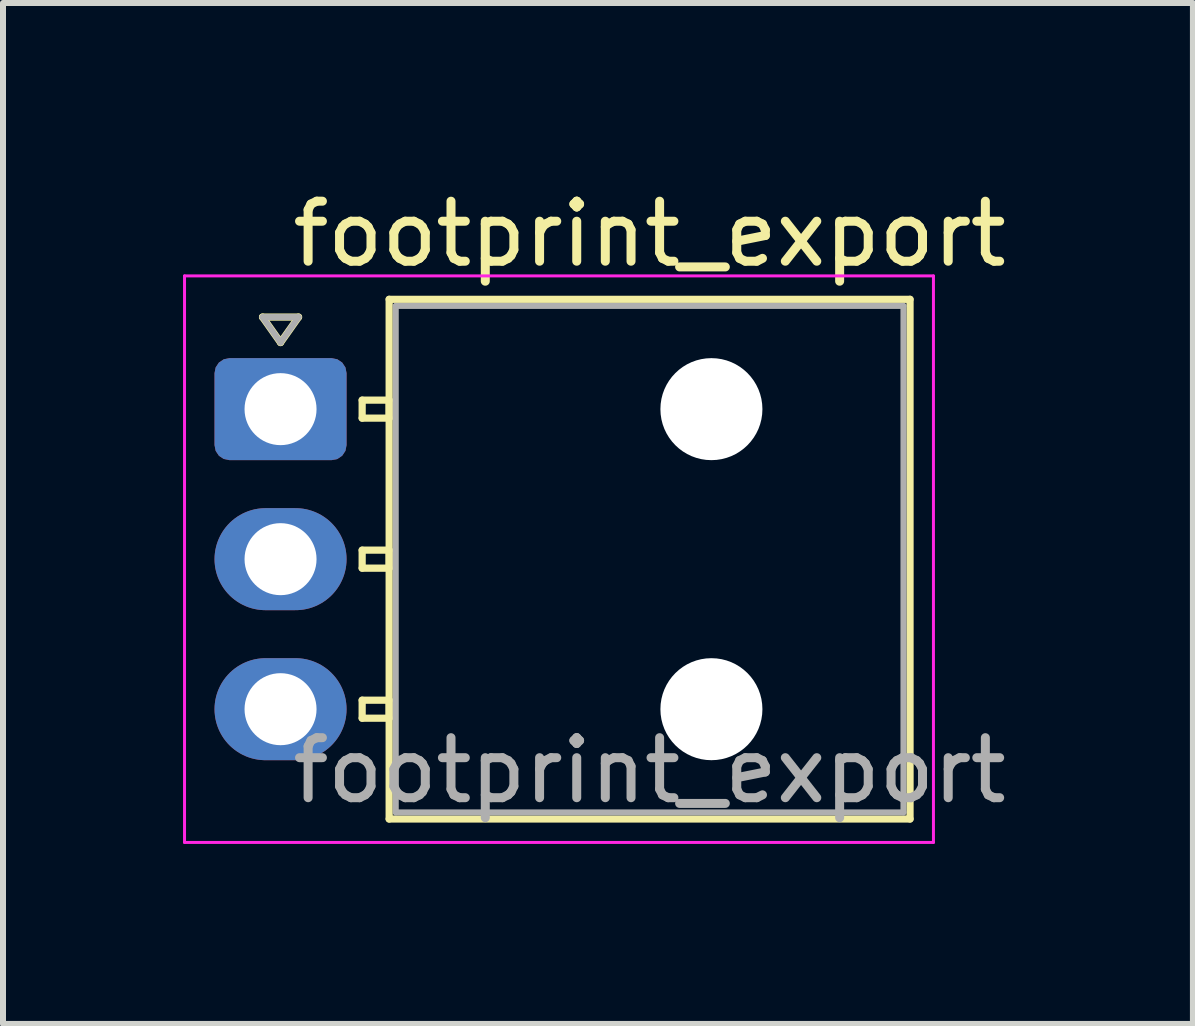
<source format=kicad_pcb>
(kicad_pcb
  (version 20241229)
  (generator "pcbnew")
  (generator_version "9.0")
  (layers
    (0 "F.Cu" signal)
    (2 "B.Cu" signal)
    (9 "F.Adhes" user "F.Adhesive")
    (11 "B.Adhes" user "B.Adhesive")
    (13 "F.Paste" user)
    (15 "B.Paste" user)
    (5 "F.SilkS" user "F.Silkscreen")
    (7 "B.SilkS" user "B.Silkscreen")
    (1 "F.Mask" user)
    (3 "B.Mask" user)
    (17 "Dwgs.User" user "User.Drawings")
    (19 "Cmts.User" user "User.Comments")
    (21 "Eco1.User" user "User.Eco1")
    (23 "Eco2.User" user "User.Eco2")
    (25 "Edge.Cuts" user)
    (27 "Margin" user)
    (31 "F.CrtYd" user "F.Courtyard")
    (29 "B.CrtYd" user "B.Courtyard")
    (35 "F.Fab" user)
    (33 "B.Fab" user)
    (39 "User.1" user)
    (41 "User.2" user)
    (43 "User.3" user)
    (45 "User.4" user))
  (footprint "footprint_export"
    (layer "F.Cu")
    (at 1.625 3.768)
    (property "Reference" "footprint_export" (at 6.15 -2.92 0) (layer "F.SilkS") (effects (font (size 1 1) (thickness 0.15))))
    (attr through_hole)
    (fp_line (start -0.3 -1.534) (end 0 -1.11) (stroke (width 0.12) (type solid)) (layer "F.SilkS"))
    (fp_line (start 0 -1.11) (end 0.3 -1.534) (stroke (width 0.12) (type solid)) (layer "F.SilkS"))
    (fp_line (start 0.3 -1.534) (end -0.3 -1.534) (stroke (width 0.12) (type solid)) (layer "F.SilkS"))
    (fp_line (start 1.36 -0.15) (end 1.36 0.15) (stroke (width 0.12) (type solid)) (layer "F.SilkS"))
    (fp_line (start 1.36 0.15) (end 1.81 0.15) (stroke (width 0.12) (type solid)) (layer "F.SilkS"))
    (fp_line (start 1.36 2.35) (end 1.36 2.65) (stroke (width 0.12) (type solid)) (layer "F.SilkS"))
    (fp_line (start 1.36 2.65) (end 1.81 2.65) (stroke (width 0.12) (type solid)) (layer "F.SilkS"))
    (fp_line (start 1.36 4.85) (end 1.36 5.15) (stroke (width 0.12) (type solid)) (layer "F.SilkS"))
    (fp_line (start 1.36 5.15) (end 1.81 5.15) (stroke (width 0.12) (type solid)) (layer "F.SilkS"))
    (fp_line (start 1.81 -1.83) (end 1.81 6.83) (stroke (width 0.12) (type solid)) (layer "F.SilkS"))
    (fp_line (start 1.81 -0.15) (end 1.36 -0.15) (stroke (width 0.12) (type solid)) (layer "F.SilkS"))
    (fp_line (start 1.81 0.15) (end 1.81 -0.15) (stroke (width 0.12) (type solid)) (layer "F.SilkS"))
    (fp_line (start 1.81 2.35) (end 1.36 2.35) (stroke (width 0.12) (type solid)) (layer "F.SilkS"))
    (fp_line (start 1.81 2.65) (end 1.81 2.35) (stroke (width 0.12) (type solid)) (layer "F.SilkS"))
    (fp_line (start 1.81 4.85) (end 1.36 4.85) (stroke (width 0.12) (type solid)) (layer "F.SilkS"))
    (fp_line (start 1.81 5.15) (end 1.81 4.85) (stroke (width 0.12) (type solid)) (layer "F.SilkS"))
    (fp_line (start 1.81 6.83) (end 10.49 6.83) (stroke (width 0.12) (type solid)) (layer "F.SilkS"))
    (fp_line (start 10.49 -1.83) (end 1.81 -1.83) (stroke (width 0.12) (type solid)) (layer "F.SilkS"))
    (fp_line (start 10.49 6.83) (end 10.49 -1.83) (stroke (width 0.12) (type solid)) (layer "F.SilkS"))
    (fp_line (start -1.6 -2.22) (end -1.6 7.22) (stroke (width 0.05) (type solid)) (layer "F.CrtYd"))
    (fp_line (start -1.6 7.22) (end 10.88 7.22) (stroke (width 0.05) (type solid)) (layer "F.CrtYd"))
    (fp_line (start 10.88 -2.22) (end -1.6 -2.22) (stroke (width 0.05) (type solid)) (layer "F.CrtYd"))
    (fp_line (start 10.88 7.22) (end 10.88 -2.22) (stroke (width 0.05) (type solid)) (layer "F.CrtYd"))
    (fp_line (start -0.3 -1.534) (end 0 -1.11) (stroke (width 0.1) (type solid)) (layer "F.Fab"))
    (fp_line (start 0 -1.11) (end 0.3 -1.534) (stroke (width 0.1) (type solid)) (layer "F.Fab"))
    (fp_line (start 0.3 -1.534) (end -0.3 -1.534) (stroke (width 0.1) (type solid)) (layer "F.Fab"))
    (fp_line (start 1.92 -1.72) (end 1.92 6.72) (stroke (width 0.1) (type solid)) (layer "F.Fab"))
    (fp_line (start 1.92 6.72) (end 10.38 6.72) (stroke (width 0.1) (type solid)) (layer "F.Fab"))
    (fp_line (start 10.38 -1.72) (end 1.92 -1.72) (stroke (width 0.1) (type solid)) (layer "F.Fab"))
    (fp_line (start 10.38 6.72) (end 10.38 -1.72) (stroke (width 0.1) (type solid)) (layer "F.Fab"))
    (fp_text user "${REFERENCE}" (at 6.15 6.02 0) (layer "F.Fab") (effects (font (size 1 1) (thickness 0.15))))
    (pad "" np_thru_hole circle (at 7.18 0) (size 1.7 1.7) (drill 1.7) (layers "*.Cu" "*.Mask"))
    (pad "" np_thru_hole circle (at 7.18 5) (size 1.7 1.7) (drill 1.7) (layers "*.Cu" "*.Mask"))
    (pad "1" thru_hole roundrect (at 0 0) (size 2.2 1.7) (drill 1.2) (layers "*.Cu" "*.Mask") (roundrect_rratio 0.147))
    (pad "2" thru_hole oval (at 0 2.5) (size 2.2 1.7) (drill 1.2) (layers "*.Cu" "*.Mask"))
    (pad "3" thru_hole oval (at 0 5) (size 2.2 1.7) (drill 1.2) (layers "*.Cu" "*.Mask")))
  (gr_rect
    (start -3 -3)
    (end 16.829 14.013)
    (stroke (width 0.1) (type default))
    (fill no)
    (layer "Edge.Cuts")))
</source>
